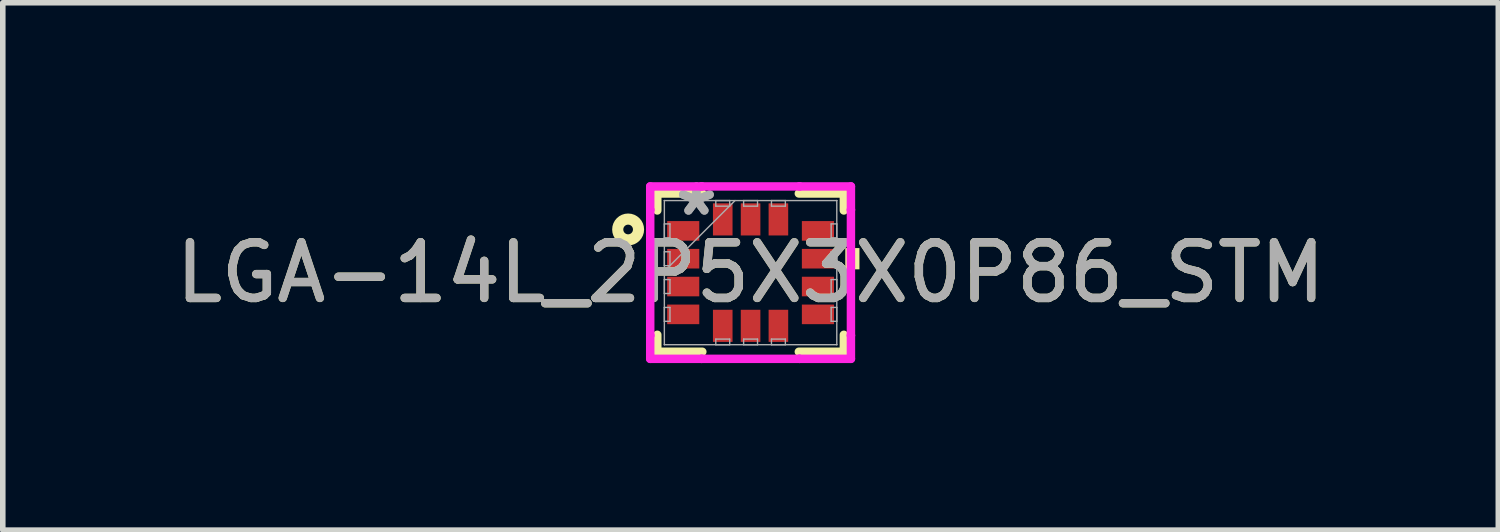
<source format=kicad_pcb>
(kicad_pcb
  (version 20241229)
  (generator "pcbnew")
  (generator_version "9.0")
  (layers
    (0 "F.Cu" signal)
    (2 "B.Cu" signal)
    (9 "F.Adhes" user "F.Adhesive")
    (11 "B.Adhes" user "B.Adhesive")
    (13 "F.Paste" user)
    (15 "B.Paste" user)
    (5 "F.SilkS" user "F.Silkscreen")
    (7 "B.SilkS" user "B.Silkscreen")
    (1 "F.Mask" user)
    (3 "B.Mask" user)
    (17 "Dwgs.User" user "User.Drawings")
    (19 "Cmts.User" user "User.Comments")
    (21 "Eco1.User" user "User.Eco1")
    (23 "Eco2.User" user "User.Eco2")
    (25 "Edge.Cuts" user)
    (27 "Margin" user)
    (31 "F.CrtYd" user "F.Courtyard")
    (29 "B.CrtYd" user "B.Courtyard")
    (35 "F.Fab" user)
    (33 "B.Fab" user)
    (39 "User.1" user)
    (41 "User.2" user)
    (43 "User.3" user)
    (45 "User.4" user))
  (footprint "LGA-14L_2P5X3X0P86_STM"
    (layer "F.Cu")
    (at 10.435 1.848)
    (property "Reference" "LGA-14L_2P5X3X0P86_STM" (at 0 0 0) (unlocked yes) (layer "F.SilkS") (effects (font (size 1 1) (thickness 0.15))))
    (attr smd)
    (fp_line (start -1.676 -1.422) (end -1.676 -1.117) (stroke (width 0.152) (type solid)) (layer "F.SilkS"))
    (fp_line (start -1.676 1.117) (end -1.676 1.422) (stroke (width 0.152) (type solid)) (layer "F.SilkS"))
    (fp_line (start -1.676 1.422) (end -0.867 1.422) (stroke (width 0.152) (type solid)) (layer "F.SilkS"))
    (fp_line (start -0.867 -1.422) (end -1.676 -1.422) (stroke (width 0.152) (type solid)) (layer "F.SilkS"))
    (fp_line (start 0.867 1.422) (end 1.676 1.422) (stroke (width 0.152) (type solid)) (layer "F.SilkS"))
    (fp_line (start 1.676 -1.422) (end 0.867 -1.422) (stroke (width 0.152) (type solid)) (layer "F.SilkS"))
    (fp_line (start 1.676 -1.117) (end 1.676 -1.422) (stroke (width 0.152) (type solid)) (layer "F.SilkS"))
    (fp_line (start 1.676 1.422) (end 1.676 1.117) (stroke (width 0.152) (type solid)) (layer "F.SilkS"))
    (fp_circle (center -2.2 -0.775) (end -2.275 -0.731) (stroke (width 0.2) (type solid)) (fill no) (layer "F.SilkS"))
    (fp_poly (pts (xy 1.956 -0.441) (xy 1.956 -0.059) (xy 1.702 -0.059) (xy 1.702 -0.441)) (stroke (width 0) (type solid)) (fill yes) (layer "F.SilkS"))
    (fp_line (start -1.803 -1.549) (end -0.879 -1.549) (stroke (width 0.152) (type solid)) (layer "F.CrtYd"))
    (fp_line (start -1.803 -1.129) (end -1.803 -1.549) (stroke (width 0.152) (type solid)) (layer "F.CrtYd"))
    (fp_line (start -1.803 -1.129) (end -1.803 -1.129) (stroke (width 0.152) (type solid)) (layer "F.CrtYd"))
    (fp_line (start -1.803 1.129) (end -1.803 -1.129) (stroke (width 0.152) (type solid)) (layer "F.CrtYd"))
    (fp_line (start -1.803 1.129) (end -1.803 1.129) (stroke (width 0.152) (type solid)) (layer "F.CrtYd"))
    (fp_line (start -1.803 1.549) (end -1.803 1.129) (stroke (width 0.152) (type solid)) (layer "F.CrtYd"))
    (fp_line (start -0.879 -1.549) (end -0.879 -1.549) (stroke (width 0.152) (type solid)) (layer "F.CrtYd"))
    (fp_line (start -0.879 -1.549) (end 0.879 -1.549) (stroke (width 0.152) (type solid)) (layer "F.CrtYd"))
    (fp_line (start -0.879 1.549) (end -1.803 1.549) (stroke (width 0.152) (type solid)) (layer "F.CrtYd"))
    (fp_line (start -0.879 1.549) (end -0.879 1.549) (stroke (width 0.152) (type solid)) (layer "F.CrtYd"))
    (fp_line (start 0.879 -1.549) (end 0.879 -1.549) (stroke (width 0.152) (type solid)) (layer "F.CrtYd"))
    (fp_line (start 0.879 -1.549) (end 1.803 -1.549) (stroke (width 0.152) (type solid)) (layer "F.CrtYd"))
    (fp_line (start 0.879 1.549) (end -0.879 1.549) (stroke (width 0.152) (type solid)) (layer "F.CrtYd"))
    (fp_line (start 0.879 1.549) (end 0.879 1.549) (stroke (width 0.152) (type solid)) (layer "F.CrtYd"))
    (fp_line (start 1.803 -1.549) (end 1.803 -1.129) (stroke (width 0.152) (type solid)) (layer "F.CrtYd"))
    (fp_line (start 1.803 -1.129) (end 1.803 -1.129) (stroke (width 0.152) (type solid)) (layer "F.CrtYd"))
    (fp_line (start 1.803 -1.129) (end 1.803 1.129) (stroke (width 0.152) (type solid)) (layer "F.CrtYd"))
    (fp_line (start 1.803 1.129) (end 1.803 1.129) (stroke (width 0.152) (type solid)) (layer "F.CrtYd"))
    (fp_line (start 1.803 1.129) (end 1.803 1.549) (stroke (width 0.152) (type solid)) (layer "F.CrtYd"))
    (fp_line (start 1.803 1.549) (end 0.879 1.549) (stroke (width 0.152) (type solid)) (layer "F.CrtYd"))
    (fp_line (start -1.549 -1.295) (end -1.549 -1.295) (stroke (width 0.025) (type solid)) (layer "F.Fab"))
    (fp_line (start -1.549 -1.295) (end -1.549 1.295) (stroke (width 0.025) (type solid)) (layer "F.Fab"))
    (fp_line (start -1.549 -0.875) (end -1.448 -0.875) (stroke (width 0.025) (type solid)) (layer "F.Fab"))
    (fp_line (start -1.549 -0.625) (end -1.549 -0.875) (stroke (width 0.025) (type solid)) (layer "F.Fab"))
    (fp_line (start -1.549 -0.375) (end -1.448 -0.375) (stroke (width 0.025) (type solid)) (layer "F.Fab"))
    (fp_line (start -1.549 -0.125) (end -1.549 -0.375) (stroke (width 0.025) (type solid)) (layer "F.Fab"))
    (fp_line (start -1.549 -0.025) (end -0.279 -1.295) (stroke (width 0.025) (type solid)) (layer "F.Fab"))
    (fp_line (start -1.549 0.125) (end -1.448 0.125) (stroke (width 0.025) (type solid)) (layer "F.Fab"))
    (fp_line (start -1.549 0.375) (end -1.549 0.125) (stroke (width 0.025) (type solid)) (layer "F.Fab"))
    (fp_line (start -1.549 0.625) (end -1.448 0.625) (stroke (width 0.025) (type solid)) (layer "F.Fab"))
    (fp_line (start -1.549 0.875) (end -1.549 0.625) (stroke (width 0.025) (type solid)) (layer "F.Fab"))
    (fp_line (start -1.549 1.295) (end -1.549 1.295) (stroke (width 0.025) (type solid)) (layer "F.Fab"))
    (fp_line (start -1.549 1.295) (end 1.549 1.295) (stroke (width 0.025) (type solid)) (layer "F.Fab"))
    (fp_line (start -1.448 -0.875) (end -1.448 -0.625) (stroke (width 0.025) (type solid)) (layer "F.Fab"))
    (fp_line (start -1.448 -0.625) (end -1.549 -0.625) (stroke (width 0.025) (type solid)) (layer "F.Fab"))
    (fp_line (start -1.448 -0.375) (end -1.448 -0.125) (stroke (width 0.025) (type solid)) (layer "F.Fab"))
    (fp_line (start -1.448 -0.125) (end -1.549 -0.125) (stroke (width 0.025) (type solid)) (layer "F.Fab"))
    (fp_line (start -1.448 0.125) (end -1.448 0.375) (stroke (width 0.025) (type solid)) (layer "F.Fab"))
    (fp_line (start -1.448 0.375) (end -1.549 0.375) (stroke (width 0.025) (type solid)) (layer "F.Fab"))
    (fp_line (start -1.448 0.625) (end -1.448 0.875) (stroke (width 0.025) (type solid)) (layer "F.Fab"))
    (fp_line (start -1.448 0.875) (end -1.549 0.875) (stroke (width 0.025) (type solid)) (layer "F.Fab"))
    (fp_line (start -0.625 -1.295) (end -0.375 -1.295) (stroke (width 0.025) (type solid)) (layer "F.Fab"))
    (fp_line (start -0.625 -1.194) (end -0.625 -1.295) (stroke (width 0.025) (type solid)) (layer "F.Fab"))
    (fp_line (start -0.625 1.194) (end -0.375 1.194) (stroke (width 0.025) (type solid)) (layer "F.Fab"))
    (fp_line (start -0.625 1.295) (end -0.625 1.194) (stroke (width 0.025) (type solid)) (layer "F.Fab"))
    (fp_line (start -0.375 -1.295) (end -0.375 -1.194) (stroke (width 0.025) (type solid)) (layer "F.Fab"))
    (fp_line (start -0.375 -1.194) (end -0.625 -1.194) (stroke (width 0.025) (type solid)) (layer "F.Fab"))
    (fp_line (start -0.375 1.194) (end -0.375 1.295) (stroke (width 0.025) (type solid)) (layer "F.Fab"))
    (fp_line (start -0.375 1.295) (end -0.625 1.295) (stroke (width 0.025) (type solid)) (layer "F.Fab"))
    (fp_line (start -0.125 -1.295) (end 0.125 -1.295) (stroke (width 0.025) (type solid)) (layer "F.Fab"))
    (fp_line (start -0.125 -1.194) (end -0.125 -1.295) (stroke (width 0.025) (type solid)) (layer "F.Fab"))
    (fp_line (start -0.125 1.194) (end 0.125 1.194) (stroke (width 0.025) (type solid)) (layer "F.Fab"))
    (fp_line (start -0.125 1.295) (end -0.125 1.194) (stroke (width 0.025) (type solid)) (layer "F.Fab"))
    (fp_line (start 0.125 -1.295) (end 0.125 -1.194) (stroke (width 0.025) (type solid)) (layer "F.Fab"))
    (fp_line (start 0.125 -1.194) (end -0.125 -1.194) (stroke (width 0.025) (type solid)) (layer "F.Fab"))
    (fp_line (start 0.125 1.194) (end 0.125 1.295) (stroke (width 0.025) (type solid)) (layer "F.Fab"))
    (fp_line (start 0.125 1.295) (end -0.125 1.295) (stroke (width 0.025) (type solid)) (layer "F.Fab"))
    (fp_line (start 0.375 -1.295) (end 0.625 -1.295) (stroke (width 0.025) (type solid)) (layer "F.Fab"))
    (fp_line (start 0.375 -1.194) (end 0.375 -1.295) (stroke (width 0.025) (type solid)) (layer "F.Fab"))
    (fp_line (start 0.375 1.194) (end 0.625 1.194) (stroke (width 0.025) (type solid)) (layer "F.Fab"))
    (fp_line (start 0.375 1.295) (end 0.375 1.194) (stroke (width 0.025) (type solid)) (layer "F.Fab"))
    (fp_line (start 0.625 -1.295) (end 0.625 -1.194) (stroke (width 0.025) (type solid)) (layer "F.Fab"))
    (fp_line (start 0.625 -1.194) (end 0.375 -1.194) (stroke (width 0.025) (type solid)) (layer "F.Fab"))
    (fp_line (start 0.625 1.194) (end 0.625 1.295) (stroke (width 0.025) (type solid)) (layer "F.Fab"))
    (fp_line (start 0.625 1.295) (end 0.375 1.295) (stroke (width 0.025) (type solid)) (layer "F.Fab"))
    (fp_line (start 1.448 -0.875) (end 1.549 -0.875) (stroke (width 0.025) (type solid)) (layer "F.Fab"))
    (fp_line (start 1.448 -0.625) (end 1.448 -0.875) (stroke (width 0.025) (type solid)) (layer "F.Fab"))
    (fp_line (start 1.448 -0.375) (end 1.549 -0.375) (stroke (width 0.025) (type solid)) (layer "F.Fab"))
    (fp_line (start 1.448 -0.125) (end 1.448 -0.375) (stroke (width 0.025) (type solid)) (layer "F.Fab"))
    (fp_line (start 1.448 0.125) (end 1.549 0.125) (stroke (width 0.025) (type solid)) (layer "F.Fab"))
    (fp_line (start 1.448 0.375) (end 1.448 0.125) (stroke (width 0.025) (type solid)) (layer "F.Fab"))
    (fp_line (start 1.448 0.625) (end 1.549 0.625) (stroke (width 0.025) (type solid)) (layer "F.Fab"))
    (fp_line (start 1.448 0.875) (end 1.448 0.625) (stroke (width 0.025) (type solid)) (layer "F.Fab"))
    (fp_line (start 1.549 -1.295) (end -1.549 -1.295) (stroke (width 0.025) (type solid)) (layer "F.Fab"))
    (fp_line (start 1.549 -1.295) (end 1.549 -1.295) (stroke (width 0.025) (type solid)) (layer "F.Fab"))
    (fp_line (start 1.549 -0.875) (end 1.549 -0.625) (stroke (width 0.025) (type solid)) (layer "F.Fab"))
    (fp_line (start 1.549 -0.625) (end 1.448 -0.625) (stroke (width 0.025) (type solid)) (layer "F.Fab"))
    (fp_line (start 1.549 -0.375) (end 1.549 -0.125) (stroke (width 0.025) (type solid)) (layer "F.Fab"))
    (fp_line (start 1.549 -0.125) (end 1.448 -0.125) (stroke (width 0.025) (type solid)) (layer "F.Fab"))
    (fp_line (start 1.549 0.125) (end 1.549 0.375) (stroke (width 0.025) (type solid)) (layer "F.Fab"))
    (fp_line (start 1.549 0.375) (end 1.448 0.375) (stroke (width 0.025) (type solid)) (layer "F.Fab"))
    (fp_line (start 1.549 0.625) (end 1.549 0.875) (stroke (width 0.025) (type solid)) (layer "F.Fab"))
    (fp_line (start 1.549 0.875) (end 1.448 0.875) (stroke (width 0.025) (type solid)) (layer "F.Fab"))
    (fp_line (start 1.549 1.295) (end 1.549 -1.295) (stroke (width 0.025) (type solid)) (layer "F.Fab"))
    (fp_line (start 1.549 1.295) (end 1.549 1.295) (stroke (width 0.025) (type solid)) (layer "F.Fab"))
    (fp_text user "*" (at -0.973 -1 0) (layer "F.Fab") (effects (font (size 1 1) (thickness 0.15))))
    (fp_text user "*" (at -0.973 -1 0) (unlocked yes) (layer "F.Fab") (effects (font (size 1 1) (thickness 0.15))))
    (fp_text user "${REFERENCE}" (at 0 0 0) (unlocked yes) (layer "F.Fab") (effects (font (size 1 1) (thickness 0.15))))
    (pad "1" smd rect (at -1.21 -0.75 90) (size 0.352 0.577) (layers "F.Cu" "F.Mask" "F.Paste"))
    (pad "2" smd rect (at -1.21 -0.25 90) (size 0.352 0.577) (layers "F.Cu" "F.Mask" "F.Paste"))
    (pad "3" smd rect (at -1.21 0.25 90) (size 0.352 0.577) (layers "F.Cu" "F.Mask" "F.Paste"))
    (pad "4" smd rect (at -1.21 0.75 90) (size 0.352 0.577) (layers "F.Cu" "F.Mask" "F.Paste"))
    (pad "5" smd rect (at -0.5 0.956) (size 0.352 0.577) (layers "F.Cu" "F.Mask" "F.Paste"))
    (pad "6" smd rect (at 0 0.956) (size 0.352 0.577) (layers "F.Cu" "F.Mask" "F.Paste"))
    (pad "7" smd rect (at 0.5 0.956) (size 0.352 0.577) (layers "F.Cu" "F.Mask" "F.Paste"))
    (pad "8" smd rect (at 1.21 0.75 90) (size 0.352 0.577) (layers "F.Cu" "F.Mask" "F.Paste"))
    (pad "9" smd rect (at 1.21 0.25 90) (size 0.352 0.577) (layers "F.Cu" "F.Mask" "F.Paste"))
    (pad "10" smd rect (at 1.21 -0.25 90) (size 0.352 0.577) (layers "F.Cu" "F.Mask" "F.Paste"))
    (pad "11" smd rect (at 1.21 -0.75 90) (size 0.352 0.577) (layers "F.Cu" "F.Mask" "F.Paste"))
    (pad "12" smd rect (at 0.5 -0.956) (size 0.352 0.577) (layers "F.Cu" "F.Mask" "F.Paste"))
    (pad "13" smd rect (at 0 -0.956) (size 0.352 0.577) (layers "F.Cu" "F.Mask" "F.Paste"))
    (pad "14" smd rect (at -0.5 -0.956) (size 0.352 0.577) (layers "F.Cu" "F.Mask" "F.Paste"))
    (zone (net_name "") (layer "F.Cu") (name "keepout") (hatch edge 0.5) (connect_pads) (min_thickness 0.25) (filled_areas_thickness no) (keepout (tracks allowed) (vias allowed) (pads allowed) (copperpour not_allowed) (footprints allowed)) (placement (enabled no)) (fill) (polygon (pts (xy 8.635 0.348) (xy 12.21 0.348) (xy 12.235 3.398) (xy 8.635 3.398)))))
  (gr_rect
    (start -3 -3)
    (end 23.869 6.474)
    (stroke (width 0.1) (type default))
    (fill no)
    (layer "Edge.Cuts")))
</source>
